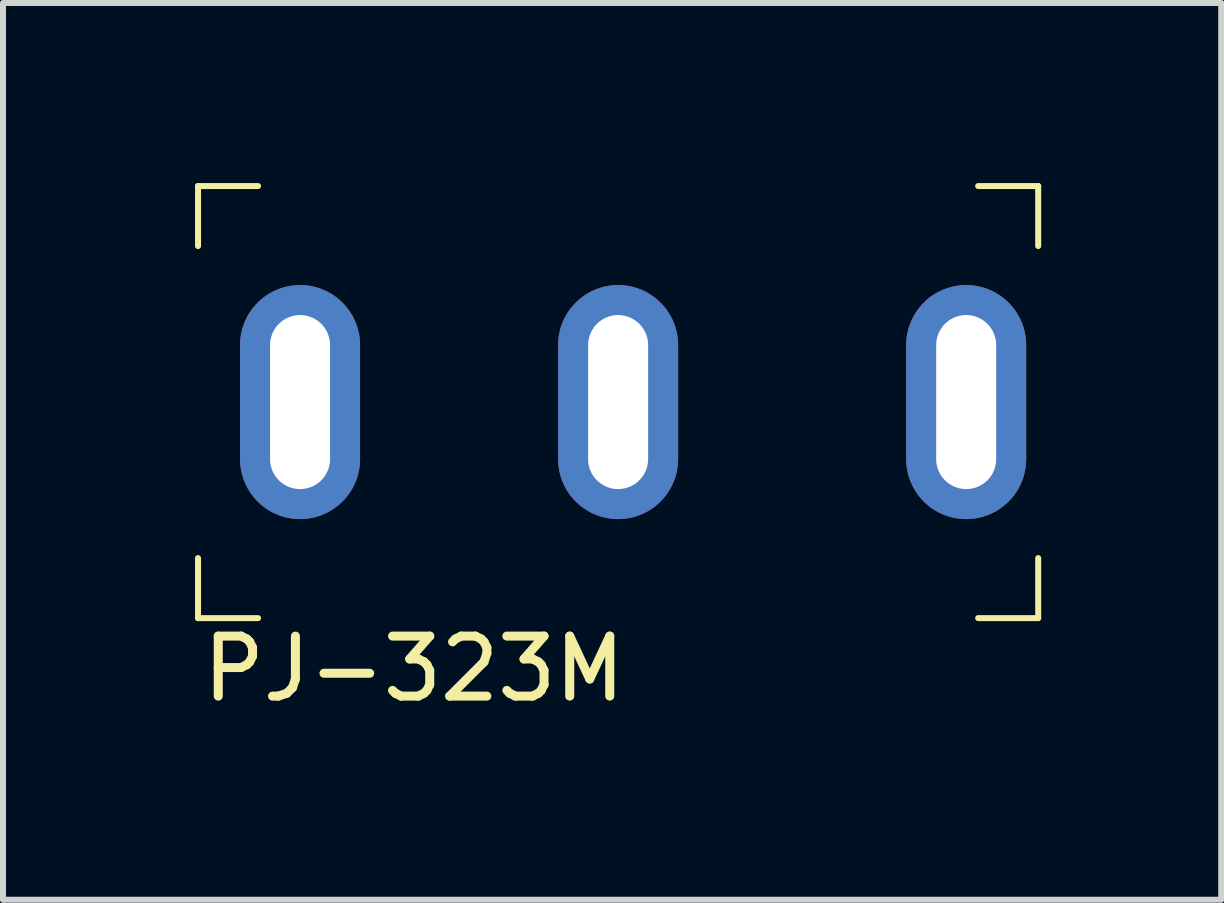
<source format=kicad_pcb>
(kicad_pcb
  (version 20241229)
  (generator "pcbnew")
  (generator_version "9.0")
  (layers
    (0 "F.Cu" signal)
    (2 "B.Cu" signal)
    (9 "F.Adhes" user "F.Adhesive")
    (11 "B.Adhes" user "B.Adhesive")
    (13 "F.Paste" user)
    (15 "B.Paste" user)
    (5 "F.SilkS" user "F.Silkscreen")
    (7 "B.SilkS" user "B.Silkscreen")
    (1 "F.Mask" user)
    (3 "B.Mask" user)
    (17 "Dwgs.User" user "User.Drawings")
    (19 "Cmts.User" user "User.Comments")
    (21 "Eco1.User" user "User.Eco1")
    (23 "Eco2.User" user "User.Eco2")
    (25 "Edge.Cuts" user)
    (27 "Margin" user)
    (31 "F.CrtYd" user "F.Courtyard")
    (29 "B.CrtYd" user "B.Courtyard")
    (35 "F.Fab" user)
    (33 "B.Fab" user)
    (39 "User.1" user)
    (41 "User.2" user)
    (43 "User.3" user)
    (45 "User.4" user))
  (footprint "PJ-323M"
    (layer "F.Cu")
    (at 0.25 3.65)
    (property "Reference" "PJ-323M" (at 0 4.445 0) (layer "F.SilkS") (effects (font (size 1 1) (thickness 0.15)) (justify left)))
    (attr through_hole)
    (fp_line (start 0 -3.6) (end 0 -2.6) (stroke (width 0.1) (type solid)) (layer "F.SilkS"))
    (fp_line (start 0 -3.6) (end 1 -3.6) (stroke (width 0.1) (type solid)) (layer "F.SilkS"))
    (fp_line (start 0 2.6) (end 0 3.6) (stroke (width 0.1) (type solid)) (layer "F.SilkS"))
    (fp_line (start 0 3.6) (end 1 3.6) (stroke (width 0.1) (type solid)) (layer "F.SilkS"))
    (fp_line (start 13 -3.6) (end 14 -3.6) (stroke (width 0.1) (type solid)) (layer "F.SilkS"))
    (fp_line (start 13 3.6) (end 14 3.6) (stroke (width 0.1) (type solid)) (layer "F.SilkS"))
    (fp_line (start 14 -3.6) (end 14 -2.6) (stroke (width 0.1) (type solid)) (layer "F.SilkS"))
    (fp_line (start 14 2.6) (end 14 3.6) (stroke (width 0.1) (type solid)) (layer "F.SilkS"))
    (pad "S" thru_hole oval (at 1.7 0) (size 2 3.9) (drill oval 1 2.9) (layers "*.Cu" "*.Mask"))
    (pad "T" thru_hole oval (at 7 0) (size 2 3.9) (drill oval 1 2.9) (layers "*.Cu" "*.Mask"))
    (pad "TN" thru_hole oval (at 12.8 0) (size 2 3.9) (drill oval 1 2.9) (layers "*.Cu" "*.Mask")))
  (gr_rect
    (start -3 -3)
    (end 17.3 11.943)
    (stroke (width 0.1) (type default))
    (fill no)
    (layer "Edge.Cuts")))
</source>
